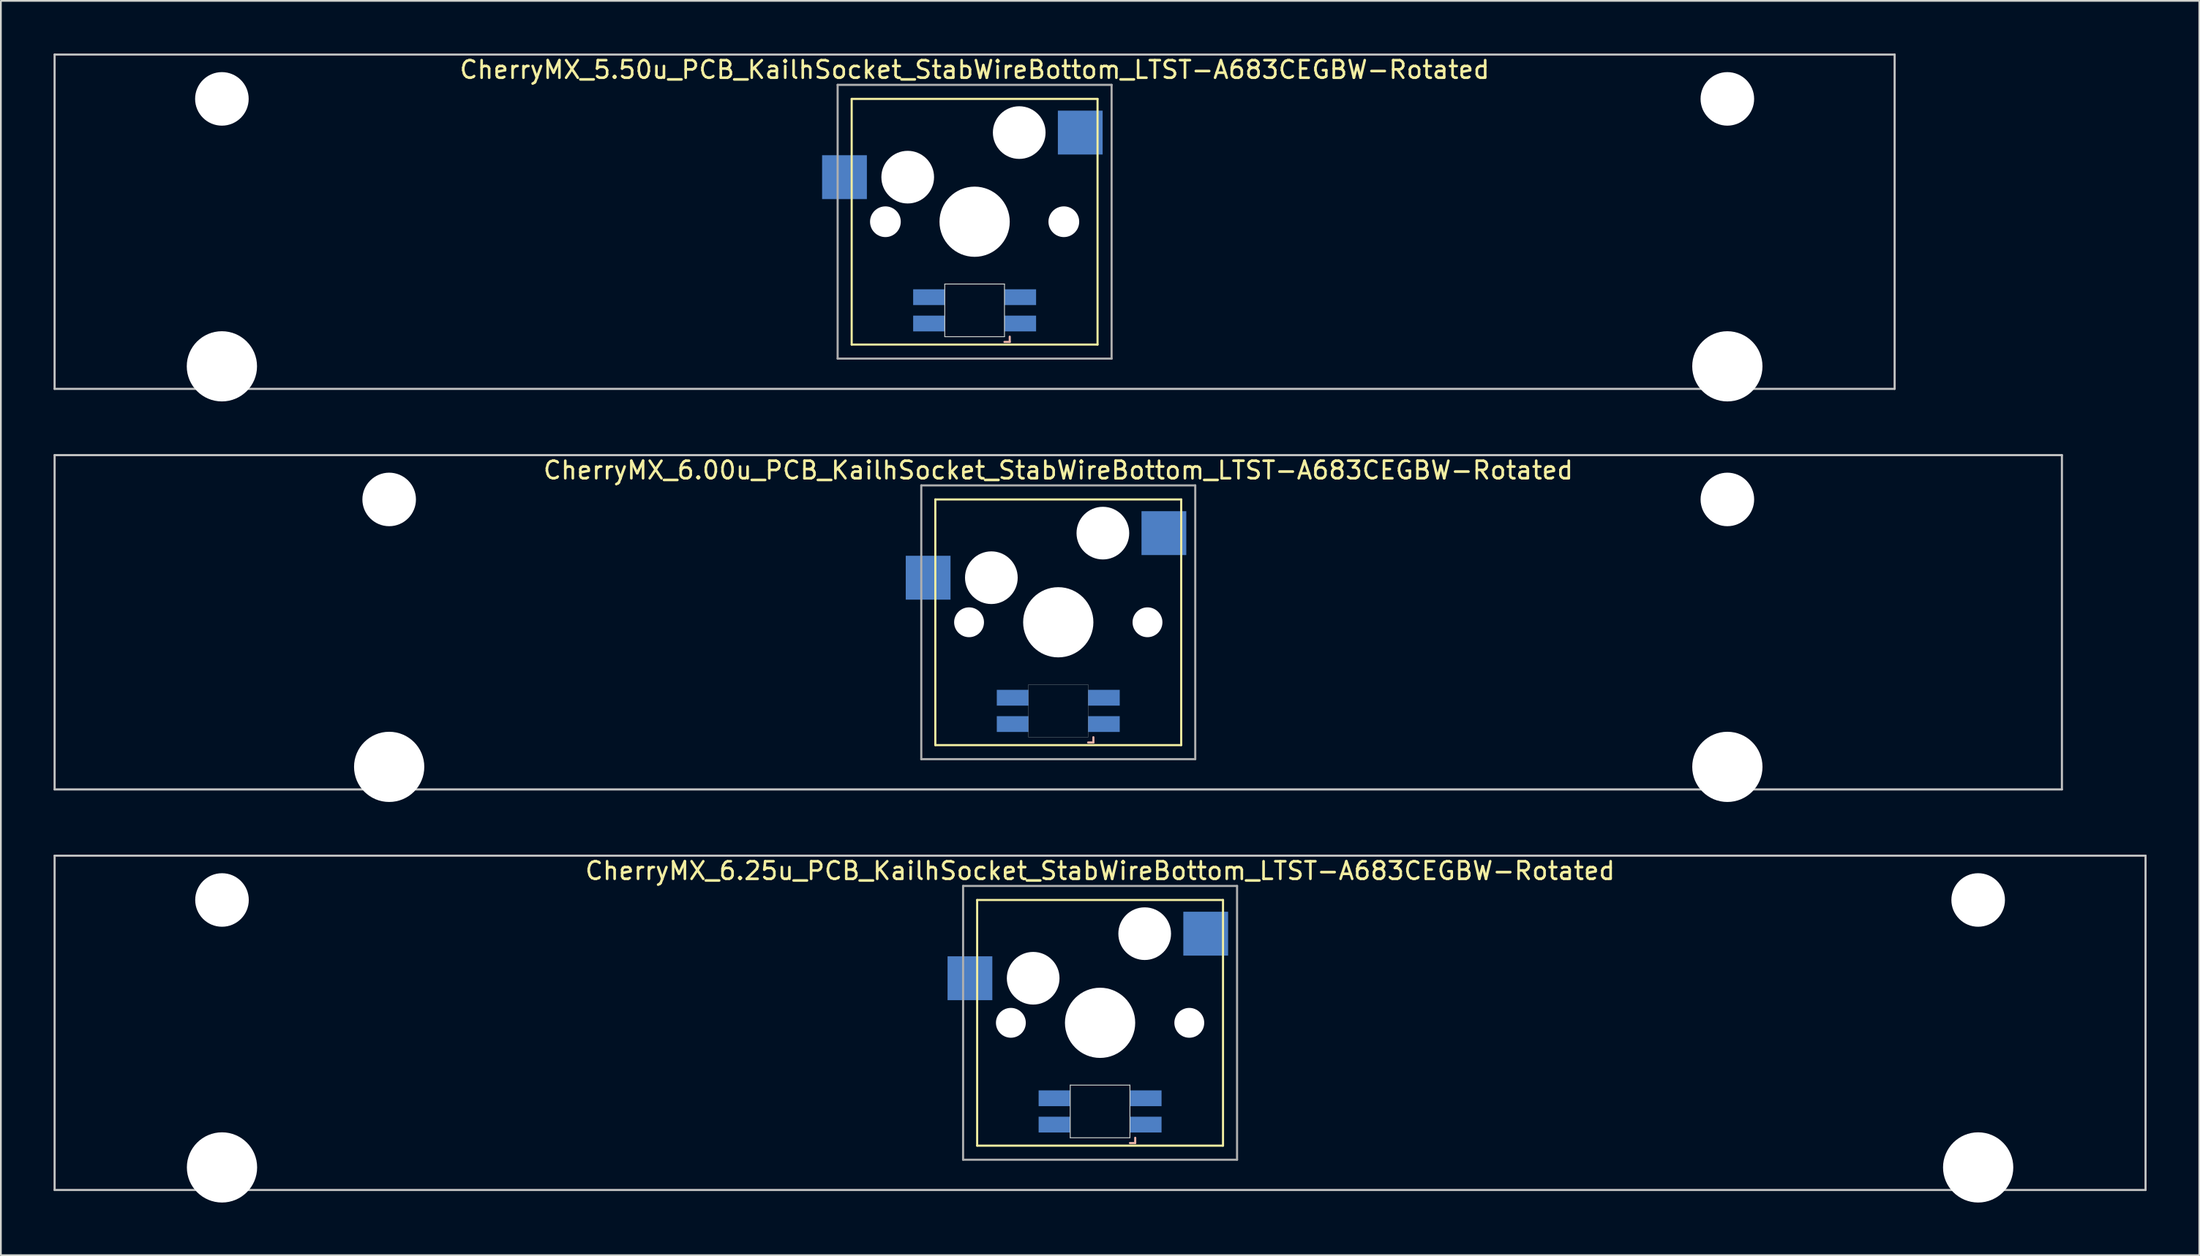
<source format=kicad_pcb>
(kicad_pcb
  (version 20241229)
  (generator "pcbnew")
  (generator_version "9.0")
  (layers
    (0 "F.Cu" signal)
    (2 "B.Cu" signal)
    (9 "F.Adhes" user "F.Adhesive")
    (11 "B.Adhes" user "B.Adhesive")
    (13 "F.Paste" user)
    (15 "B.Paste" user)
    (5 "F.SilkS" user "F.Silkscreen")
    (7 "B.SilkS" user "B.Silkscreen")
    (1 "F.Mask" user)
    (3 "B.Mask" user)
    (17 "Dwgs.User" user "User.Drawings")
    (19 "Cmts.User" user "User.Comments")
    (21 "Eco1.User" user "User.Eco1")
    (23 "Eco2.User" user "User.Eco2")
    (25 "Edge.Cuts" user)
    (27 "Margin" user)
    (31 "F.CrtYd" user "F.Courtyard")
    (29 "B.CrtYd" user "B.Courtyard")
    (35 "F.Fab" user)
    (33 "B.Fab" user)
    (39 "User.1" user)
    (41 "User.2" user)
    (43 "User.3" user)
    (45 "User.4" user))
  (footprint "CherryMX_6.00u_PCB_KailhSocket_StabWireBottom_LTST-A683CEGBW-Rotated"
    (layer "F.Cu")
    (at 57.21 32.41)
    (property "Reference" "CherryMX_6.00u_PCB_KailhSocket_StabWireBottom_LTST-A683CEGBW-Rotated" (at 0 -8.662 0) (layer "F.SilkS") (effects (font (size 1 1) (thickness 0.15))))
    (attr through_hole)
    (fp_line (start -7 -7) (end -7 7) (stroke (width 0.12) (type solid)) (layer "F.SilkS"))
    (fp_line (start -7 -7) (end 7 -7) (stroke (width 0.12) (type solid)) (layer "F.SilkS"))
    (fp_line (start 7 -7) (end 7 7) (stroke (width 0.12) (type solid)) (layer "F.SilkS"))
    (fp_line (start 7 7) (end -7 7) (stroke (width 0.12) (type solid)) (layer "F.SilkS"))
    (fp_line (start 1.7 6.85) (end 2 6.85) (stroke (width 0.12) (type solid)) (layer "B.SilkS"))
    (fp_line (start 2 6.85) (end 2 6.55) (stroke (width 0.12) (type solid)) (layer "B.SilkS"))
    (fp_line (start -57.15 -9.525) (end 57.15 -9.525) (stroke (width 0.12) (type solid)) (layer "Dwgs.User"))
    (fp_line (start -57.15 9.525) (end -57.15 -9.525) (stroke (width 0.12) (type solid)) (layer "Dwgs.User"))
    (fp_line (start 57.15 -9.525) (end 57.15 9.525) (stroke (width 0.12) (type solid)) (layer "Dwgs.User"))
    (fp_line (start 57.15 9.525) (end -57.15 9.525) (stroke (width 0.12) (type solid)) (layer "Dwgs.User"))
    (fp_poly (pts (xy -1.7 3.55) (xy 1.7 3.55) (xy 1.7 6.55) (xy -1.7 6.55)) (stroke (width 0.01) (type solid)) (fill no) (layer "Edge.Cuts"))
    (fp_line (start -7.8 -7.8) (end -7.8 7.8) (stroke (width 0.12) (type solid)) (layer "F.Fab"))
    (fp_line (start -7.8 -7.8) (end 7.8 -7.8) (stroke (width 0.12) (type solid)) (layer "F.Fab"))
    (fp_line (start -7.8 7.8) (end 7.8 7.8) (stroke (width 0.12) (type solid)) (layer "F.Fab"))
    (fp_line (start 7.8 -7.8) (end 7.8 7.8) (stroke (width 0.12) (type solid)) (layer "F.Fab"))
    (pad "" np_thru_hole circle (at -38.1 -7) (size 3.05 3.05) (drill 3.05) (layers "*.Cu" "*.Mask"))
    (pad "" np_thru_hole circle (at -38.1 8.24) (size 4 4) (drill 4) (layers "*.Cu" "*.Mask"))
    (pad "" np_thru_hole circle (at -5.08 0) (size 1.7 1.7) (drill 1.7) (layers "*.Cu" "*.Mask"))
    (pad "" np_thru_hole circle (at -3.81 -2.54) (size 3 3) (drill 3) (layers "*.Cu" "*.Mask"))
    (pad "" np_thru_hole circle (at 0 0) (size 4 4) (drill 4) (layers "*.Cu" "*.Mask"))
    (pad "" np_thru_hole circle (at 2.54 -5.08) (size 3 3) (drill 3) (layers "*.Cu" "*.Mask"))
    (pad "" np_thru_hole circle (at 5.08 0) (size 1.7 1.7) (drill 1.7) (layers "*.Cu" "*.Mask"))
    (pad "" np_thru_hole circle (at 38.1 -7) (size 3.05 3.05) (drill 3.05) (layers "*.Cu" "*.Mask"))
    (pad "" np_thru_hole circle (at 38.1 8.24) (size 4 4) (drill 4) (layers "*.Cu" "*.Mask"))
    (pad "1" smd rect (at -7.41 -2.54) (size 2.55 2.5) (layers "B.Cu" "B.Mask" "B.Paste"))
    (pad "2" smd rect (at 6.015 -5.08) (size 2.55 2.5) (layers "B.Cu" "B.Mask" "B.Paste"))
    (pad "3" smd rect (at 2.6 5.8 180) (size 1.8 0.9) (layers "B.Cu" "B.Mask" "B.Paste"))
    (pad "4" smd rect (at 2.6 4.3 180) (size 1.8 0.9) (layers "B.Cu" "B.Mask" "B.Paste"))
    (pad "5" smd rect (at -2.6 5.8 180) (size 1.8 0.9) (layers "B.Cu" "B.Mask" "B.Paste"))
    (pad "6" smd rect (at -2.6 4.3 180) (size 1.8 0.9) (layers "B.Cu" "B.Mask" "B.Paste")))
  (footprint "CherryMX_5.50u_PCB_KailhSocket_StabWireBottom_LTST-A683CEGBW-Rotated"
    (layer "F.Cu")
    (at 52.447 9.585)
    (property "Reference" "CherryMX_5.50u_PCB_KailhSocket_StabWireBottom_LTST-A683CEGBW-Rotated" (at 0 -8.662 0) (layer "F.SilkS") (effects (font (size 1 1) (thickness 0.15))))
    (attr through_hole)
    (fp_line (start -7 -7) (end -7 7) (stroke (width 0.12) (type solid)) (layer "F.SilkS"))
    (fp_line (start -7 -7) (end 7 -7) (stroke (width 0.12) (type solid)) (layer "F.SilkS"))
    (fp_line (start 7 -7) (end 7 7) (stroke (width 0.12) (type solid)) (layer "F.SilkS"))
    (fp_line (start 7 7) (end -7 7) (stroke (width 0.12) (type solid)) (layer "F.SilkS"))
    (fp_line (start 1.7 6.85) (end 2 6.85) (stroke (width 0.12) (type solid)) (layer "B.SilkS"))
    (fp_line (start 2 6.85) (end 2 6.55) (stroke (width 0.12) (type solid)) (layer "B.SilkS"))
    (fp_line (start -52.388 -9.525) (end 52.388 -9.525) (stroke (width 0.12) (type solid)) (layer "Dwgs.User"))
    (fp_line (start -52.388 9.525) (end -52.388 -9.525) (stroke (width 0.12) (type solid)) (layer "Dwgs.User"))
    (fp_line (start 52.388 -9.525) (end 52.388 9.525) (stroke (width 0.12) (type solid)) (layer "Dwgs.User"))
    (fp_line (start 52.388 9.525) (end -52.388 9.525) (stroke (width 0.12) (type solid)) (layer "Dwgs.User"))
    (fp_line (start -1.7 3.55) (end 1.7 3.55) (stroke (width 0.05) (type solid)) (layer "Edge.Cuts"))
    (fp_line (start -1.7 6.55) (end -1.7 3.55) (stroke (width 0.05) (type solid)) (layer "Edge.Cuts"))
    (fp_line (start 1.7 3.55) (end 1.7 6.55) (stroke (width 0.05) (type solid)) (layer "Edge.Cuts"))
    (fp_line (start 1.7 6.55) (end -1.7 6.55) (stroke (width 0.05) (type solid)) (layer "Edge.Cuts"))
    (fp_line (start -7.8 -7.8) (end -7.8 7.8) (stroke (width 0.12) (type solid)) (layer "F.Fab"))
    (fp_line (start -7.8 -7.8) (end 7.8 -7.8) (stroke (width 0.12) (type solid)) (layer "F.Fab"))
    (fp_line (start -7.8 7.8) (end 7.8 7.8) (stroke (width 0.12) (type solid)) (layer "F.Fab"))
    (fp_line (start 7.8 -7.8) (end 7.8 7.8) (stroke (width 0.12) (type solid)) (layer "F.Fab"))
    (pad "" np_thru_hole circle (at -42.862 -7) (size 3.05 3.05) (drill 3.05) (layers "*.Cu" "*.Mask"))
    (pad "" np_thru_hole circle (at -42.862 8.24) (size 4 4) (drill 4) (layers "*.Cu" "*.Mask"))
    (pad "" np_thru_hole circle (at -5.08 0) (size 1.75 1.75) (drill 1.75) (layers "*.Cu" "*.Mask"))
    (pad "" np_thru_hole circle (at -3.81 -2.54) (size 3 3) (drill 3) (layers "*.Cu" "*.Mask"))
    (pad "" np_thru_hole circle (at 0 0) (size 4 4) (drill 4) (layers "*.Cu" "*.Mask"))
    (pad "" np_thru_hole circle (at 2.54 -5.08) (size 3 3) (drill 3) (layers "*.Cu" "*.Mask"))
    (pad "" np_thru_hole circle (at 5.08 0) (size 1.75 1.75) (drill 1.75) (layers "*.Cu" "*.Mask"))
    (pad "" np_thru_hole circle (at 42.862 -7) (size 3.05 3.05) (drill 3.05) (layers "*.Cu" "*.Mask"))
    (pad "" np_thru_hole circle (at 42.862 8.24) (size 4 4) (drill 4) (layers "*.Cu" "*.Mask"))
    (pad "1" smd rect (at -7.41 -2.54) (size 2.55 2.5) (layers "B.Cu" "B.Mask" "B.Paste"))
    (pad "2" smd rect (at 6.015 -5.08) (size 2.55 2.5) (layers "B.Cu" "B.Mask" "B.Paste"))
    (pad "3" smd rect (at 2.6 5.8 180) (size 1.8 0.9) (layers "B.Cu" "B.Mask" "B.Paste"))
    (pad "4" smd rect (at 2.6 4.3 180) (size 1.8 0.9) (layers "B.Cu" "B.Mask" "B.Paste"))
    (pad "5" smd rect (at -2.6 5.8 180) (size 1.8 0.9) (layers "B.Cu" "B.Mask" "B.Paste"))
    (pad "6" smd rect (at -2.6 4.3 180) (size 1.8 0.9) (layers "B.Cu" "B.Mask" "B.Paste")))
  (footprint "CherryMX_6.25u_PCB_KailhSocket_StabWireBottom_LTST-A683CEGBW-Rotated"
    (layer "F.Cu")
    (at 59.591 55.235)
    (property "Reference" "CherryMX_6.25u_PCB_KailhSocket_StabWireBottom_LTST-A683CEGBW-Rotated" (at 0 -8.662 0) (layer "F.SilkS") (effects (font (size 1 1) (thickness 0.15))))
    (attr through_hole)
    (fp_line (start -7 -7) (end -7 7) (stroke (width 0.12) (type solid)) (layer "F.SilkS"))
    (fp_line (start -7 -7) (end 7 -7) (stroke (width 0.12) (type solid)) (layer "F.SilkS"))
    (fp_line (start 7 -7) (end 7 7) (stroke (width 0.12) (type solid)) (layer "F.SilkS"))
    (fp_line (start 7 7) (end -7 7) (stroke (width 0.12) (type solid)) (layer "F.SilkS"))
    (fp_line (start 1.7 6.85) (end 2 6.85) (stroke (width 0.12) (type solid)) (layer "B.SilkS"))
    (fp_line (start 2 6.85) (end 2 6.55) (stroke (width 0.12) (type solid)) (layer "B.SilkS"))
    (fp_line (start -59.531 -9.525) (end 59.531 -9.525) (stroke (width 0.12) (type solid)) (layer "Dwgs.User"))
    (fp_line (start -59.531 9.525) (end -59.531 -9.525) (stroke (width 0.12) (type solid)) (layer "Dwgs.User"))
    (fp_line (start 59.531 -9.525) (end 59.531 9.525) (stroke (width 0.12) (type solid)) (layer "Dwgs.User"))
    (fp_line (start 59.531 9.525) (end -59.531 9.525) (stroke (width 0.12) (type solid)) (layer "Dwgs.User"))
    (fp_line (start -1.7 3.55) (end 1.7 3.55) (stroke (width 0.05) (type solid)) (layer "Edge.Cuts"))
    (fp_line (start -1.7 6.55) (end -1.7 3.55) (stroke (width 0.05) (type solid)) (layer "Edge.Cuts"))
    (fp_line (start 1.7 3.55) (end 1.7 6.55) (stroke (width 0.05) (type solid)) (layer "Edge.Cuts"))
    (fp_line (start 1.7 6.55) (end -1.7 6.55) (stroke (width 0.05) (type solid)) (layer "Edge.Cuts"))
    (fp_line (start -7.8 -7.8) (end -7.8 7.8) (stroke (width 0.12) (type solid)) (layer "F.Fab"))
    (fp_line (start -7.8 -7.8) (end 7.8 -7.8) (stroke (width 0.12) (type solid)) (layer "F.Fab"))
    (fp_line (start -7.8 7.8) (end 7.8 7.8) (stroke (width 0.12) (type solid)) (layer "F.Fab"))
    (fp_line (start 7.8 -7.8) (end 7.8 7.8) (stroke (width 0.12) (type solid)) (layer "F.Fab"))
    (pad "" np_thru_hole circle (at -50 -7) (size 3.05 3.05) (drill 3.05) (layers "*.Cu" "*.Mask"))
    (pad "" np_thru_hole circle (at -50 8.24) (size 4 4) (drill 4) (layers "*.Cu" "*.Mask"))
    (pad "" np_thru_hole circle (at -5.08 0) (size 1.7 1.7) (drill 1.7) (layers "*.Cu" "*.Mask"))
    (pad "" np_thru_hole circle (at -3.81 -2.54) (size 3 3) (drill 3) (layers "*.Cu" "*.Mask"))
    (pad "" np_thru_hole circle (at 0 0) (size 4 4) (drill 4) (layers "*.Cu" "*.Mask"))
    (pad "" np_thru_hole circle (at 2.54 -5.08) (size 3 3) (drill 3) (layers "*.Cu" "*.Mask"))
    (pad "" np_thru_hole circle (at 5.08 0) (size 1.7 1.7) (drill 1.7) (layers "*.Cu" "*.Mask"))
    (pad "" np_thru_hole circle (at 50 -7) (size 3.05 3.05) (drill 3.05) (layers "*.Cu" "*.Mask"))
    (pad "" np_thru_hole circle (at 50 8.24) (size 4 4) (drill 4) (layers "*.Cu" "*.Mask"))
    (pad "1" smd rect (at -7.41 -2.54) (size 2.55 2.5) (layers "B.Cu" "B.Mask" "B.Paste"))
    (pad "2" smd rect (at 6.015 -5.08) (size 2.55 2.5) (layers "B.Cu" "B.Mask" "B.Paste"))
    (pad "3" smd rect (at 2.6 5.8 180) (size 1.8 0.9) (layers "B.Cu" "B.Mask" "B.Paste"))
    (pad "4" smd rect (at 2.6 4.3 180) (size 1.8 0.9) (layers "B.Cu" "B.Mask" "B.Paste"))
    (pad "5" smd rect (at -2.6 5.8 180) (size 1.8 0.9) (layers "B.Cu" "B.Mask" "B.Paste"))
    (pad "6" smd rect (at -2.6 4.3 180) (size 1.8 0.9) (layers "B.Cu" "B.Mask" "B.Paste")))
  (gr_rect
    (start -3 -3)
    (end 122.183 68.475)
    (stroke (width 0.1) (type default))
    (fill no)
    (layer "Edge.Cuts")))
</source>
